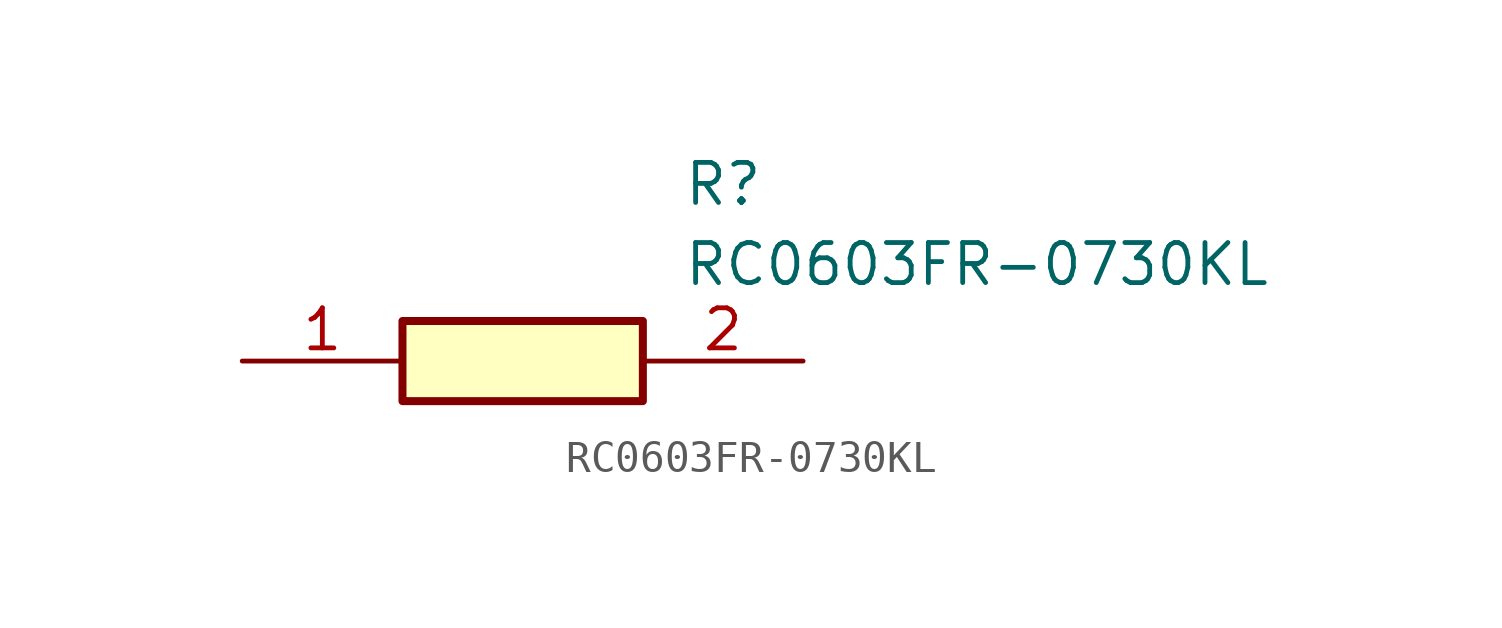
<source format=kicad_sym>
(kicad_symbol_lib
  (version 20211014)
  (generator SamacSys_ECAD_Model)
  (symbol "RC0603FR-0730KL"
    (pin_names hide)
    (property "Reference" "R"
      (at 13.97 6.35 0)
      (effects (font (size 1.27 1.27)) (justify left top)))
    (property "Value" "RC0603FR-0730KL"
      (at 13.97 3.81 0)
      (effects (font (size 1.27 1.27)) (justify left top)))
    (rectangle
      (start 5.08 1.27)
      (end 12.7 -1.27)
      (stroke (width 0.254) (type default))
      (fill (type background)))
    (pin passive line
      (at 0 0 0)
      (length 5.08)
      (name "1" (effects (font (size 1.27 1.27))))
      (number "1" (effects (font (size 1.27 1.27)))))
    (pin passive line
      (at 17.78 0 180)
      (length 5.08)
      (name "2" (effects (font (size 1.27 1.27))))
      (number "2" (effects (font (size 1.27 1.27)))))))
</source>
